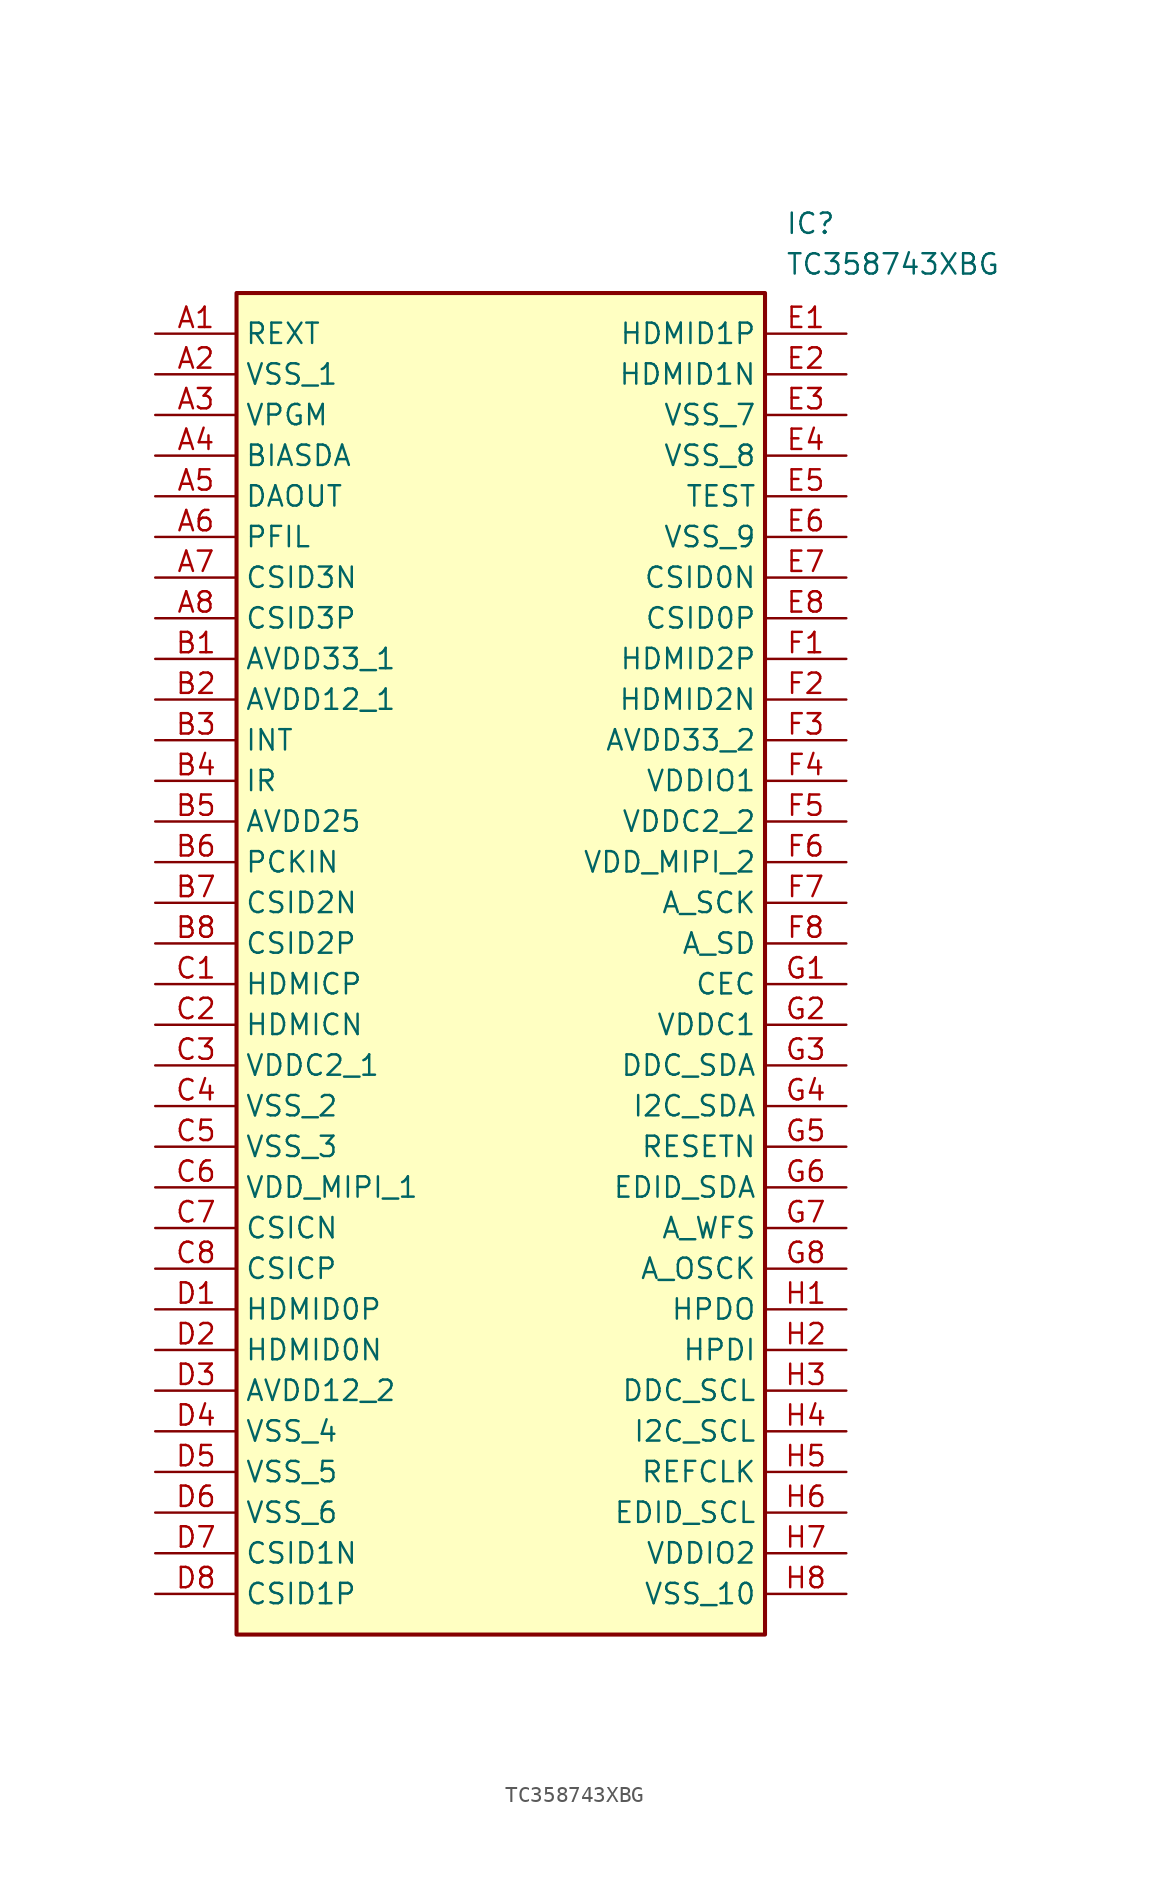
<source format=kicad_sym>
(kicad_symbol_lib
  (version 20211014)
  (generator SamacSys_ECAD_Model)
  (symbol "TC358743XBG"
    (property "Reference" "IC"
      (at 39.37 7.62 0)
      (effects (font (size 1.27 1.27)) (justify left top)))
    (property "Value" "TC358743XBG"
      (at 39.37 5.08 0)
      (effects (font (size 1.27 1.27)) (justify left top)))
    (rectangle
      (start 5.08 2.54)
      (end 38.1 -81.28)
      (stroke (width 0.254) (type default))
      (fill (type background)))
    (pin passive line
      (at 0 0 0)
      (length 5.08)
      (name "REXT" (effects (font (size 1.27 1.27))))
      (number "A1" (effects (font (size 1.27 1.27)))))
    (pin passive line
      (at 0 -2.54 0)
      (length 5.08)
      (name "VSS_1" (effects (font (size 1.27 1.27))))
      (number "A2" (effects (font (size 1.27 1.27)))))
    (pin passive line
      (at 0 -5.08 0)
      (length 5.08)
      (name "VPGM" (effects (font (size 1.27 1.27))))
      (number "A3" (effects (font (size 1.27 1.27)))))
    (pin passive line
      (at 0 -7.62 0)
      (length 5.08)
      (name "BIASDA" (effects (font (size 1.27 1.27))))
      (number "A4" (effects (font (size 1.27 1.27)))))
    (pin passive line
      (at 0 -10.16 0)
      (length 5.08)
      (name "DAOUT" (effects (font (size 1.27 1.27))))
      (number "A5" (effects (font (size 1.27 1.27)))))
    (pin passive line
      (at 0 -12.7 0)
      (length 5.08)
      (name "PFIL" (effects (font (size 1.27 1.27))))
      (number "A6" (effects (font (size 1.27 1.27)))))
    (pin passive line
      (at 0 -15.24 0)
      (length 5.08)
      (name "CSID3N" (effects (font (size 1.27 1.27))))
      (number "A7" (effects (font (size 1.27 1.27)))))
    (pin passive line
      (at 0 -17.78 0)
      (length 5.08)
      (name "CSID3P" (effects (font (size 1.27 1.27))))
      (number "A8" (effects (font (size 1.27 1.27)))))
    (pin passive line
      (at 0 -20.32 0)
      (length 5.08)
      (name "AVDD33_1" (effects (font (size 1.27 1.27))))
      (number "B1" (effects (font (size 1.27 1.27)))))
    (pin passive line
      (at 0 -22.86 0)
      (length 5.08)
      (name "AVDD12_1" (effects (font (size 1.27 1.27))))
      (number "B2" (effects (font (size 1.27 1.27)))))
    (pin passive line
      (at 0 -25.4 0)
      (length 5.08)
      (name "INT" (effects (font (size 1.27 1.27))))
      (number "B3" (effects (font (size 1.27 1.27)))))
    (pin passive line
      (at 0 -27.94 0)
      (length 5.08)
      (name "IR" (effects (font (size 1.27 1.27))))
      (number "B4" (effects (font (size 1.27 1.27)))))
    (pin passive line
      (at 0 -30.48 0)
      (length 5.08)
      (name "AVDD25" (effects (font (size 1.27 1.27))))
      (number "B5" (effects (font (size 1.27 1.27)))))
    (pin passive line
      (at 0 -33.02 0)
      (length 5.08)
      (name "PCKIN" (effects (font (size 1.27 1.27))))
      (number "B6" (effects (font (size 1.27 1.27)))))
    (pin passive line
      (at 0 -35.56 0)
      (length 5.08)
      (name "CSID2N" (effects (font (size 1.27 1.27))))
      (number "B7" (effects (font (size 1.27 1.27)))))
    (pin passive line
      (at 0 -38.1 0)
      (length 5.08)
      (name "CSID2P" (effects (font (size 1.27 1.27))))
      (number "B8" (effects (font (size 1.27 1.27)))))
    (pin passive line
      (at 0 -40.64 0)
      (length 5.08)
      (name "HDMICP" (effects (font (size 1.27 1.27))))
      (number "C1" (effects (font (size 1.27 1.27)))))
    (pin passive line
      (at 0 -43.18 0)
      (length 5.08)
      (name "HDMICN" (effects (font (size 1.27 1.27))))
      (number "C2" (effects (font (size 1.27 1.27)))))
    (pin passive line
      (at 0 -45.72 0)
      (length 5.08)
      (name "VDDC2_1" (effects (font (size 1.27 1.27))))
      (number "C3" (effects (font (size 1.27 1.27)))))
    (pin passive line
      (at 0 -48.26 0)
      (length 5.08)
      (name "VSS_2" (effects (font (size 1.27 1.27))))
      (number "C4" (effects (font (size 1.27 1.27)))))
    (pin passive line
      (at 0 -50.8 0)
      (length 5.08)
      (name "VSS_3" (effects (font (size 1.27 1.27))))
      (number "C5" (effects (font (size 1.27 1.27)))))
    (pin passive line
      (at 0 -53.34 0)
      (length 5.08)
      (name "VDD_MIPI_1" (effects (font (size 1.27 1.27))))
      (number "C6" (effects (font (size 1.27 1.27)))))
    (pin passive line
      (at 0 -55.88 0)
      (length 5.08)
      (name "CSICN" (effects (font (size 1.27 1.27))))
      (number "C7" (effects (font (size 1.27 1.27)))))
    (pin passive line
      (at 0 -58.42 0)
      (length 5.08)
      (name "CSICP" (effects (font (size 1.27 1.27))))
      (number "C8" (effects (font (size 1.27 1.27)))))
    (pin passive line
      (at 0 -60.96 0)
      (length 5.08)
      (name "HDMID0P" (effects (font (size 1.27 1.27))))
      (number "D1" (effects (font (size 1.27 1.27)))))
    (pin passive line
      (at 0 -63.5 0)
      (length 5.08)
      (name "HDMID0N" (effects (font (size 1.27 1.27))))
      (number "D2" (effects (font (size 1.27 1.27)))))
    (pin passive line
      (at 0 -66.04 0)
      (length 5.08)
      (name "AVDD12_2" (effects (font (size 1.27 1.27))))
      (number "D3" (effects (font (size 1.27 1.27)))))
    (pin passive line
      (at 0 -68.58 0)
      (length 5.08)
      (name "VSS_4" (effects (font (size 1.27 1.27))))
      (number "D4" (effects (font (size 1.27 1.27)))))
    (pin passive line
      (at 0 -71.12 0)
      (length 5.08)
      (name "VSS_5" (effects (font (size 1.27 1.27))))
      (number "D5" (effects (font (size 1.27 1.27)))))
    (pin passive line
      (at 0 -73.66 0)
      (length 5.08)
      (name "VSS_6" (effects (font (size 1.27 1.27))))
      (number "D6" (effects (font (size 1.27 1.27)))))
    (pin passive line
      (at 0 -76.2 0)
      (length 5.08)
      (name "CSID1N" (effects (font (size 1.27 1.27))))
      (number "D7" (effects (font (size 1.27 1.27)))))
    (pin passive line
      (at 0 -78.74 0)
      (length 5.08)
      (name "CSID1P" (effects (font (size 1.27 1.27))))
      (number "D8" (effects (font (size 1.27 1.27)))))
    (pin passive line
      (at 43.18 0 180)
      (length 5.08)
      (name "HDMID1P" (effects (font (size 1.27 1.27))))
      (number "E1" (effects (font (size 1.27 1.27)))))
    (pin passive line
      (at 43.18 -2.54 180)
      (length 5.08)
      (name "HDMID1N" (effects (font (size 1.27 1.27))))
      (number "E2" (effects (font (size 1.27 1.27)))))
    (pin passive line
      (at 43.18 -5.08 180)
      (length 5.08)
      (name "VSS_7" (effects (font (size 1.27 1.27))))
      (number "E3" (effects (font (size 1.27 1.27)))))
    (pin passive line
      (at 43.18 -7.62 180)
      (length 5.08)
      (name "VSS_8" (effects (font (size 1.27 1.27))))
      (number "E4" (effects (font (size 1.27 1.27)))))
    (pin passive line
      (at 43.18 -10.16 180)
      (length 5.08)
      (name "TEST" (effects (font (size 1.27 1.27))))
      (number "E5" (effects (font (size 1.27 1.27)))))
    (pin passive line
      (at 43.18 -12.7 180)
      (length 5.08)
      (name "VSS_9" (effects (font (size 1.27 1.27))))
      (number "E6" (effects (font (size 1.27 1.27)))))
    (pin passive line
      (at 43.18 -15.24 180)
      (length 5.08)
      (name "CSID0N" (effects (font (size 1.27 1.27))))
      (number "E7" (effects (font (size 1.27 1.27)))))
    (pin passive line
      (at 43.18 -17.78 180)
      (length 5.08)
      (name "CSID0P" (effects (font (size 1.27 1.27))))
      (number "E8" (effects (font (size 1.27 1.27)))))
    (pin passive line
      (at 43.18 -20.32 180)
      (length 5.08)
      (name "HDMID2P" (effects (font (size 1.27 1.27))))
      (number "F1" (effects (font (size 1.27 1.27)))))
    (pin passive line
      (at 43.18 -22.86 180)
      (length 5.08)
      (name "HDMID2N" (effects (font (size 1.27 1.27))))
      (number "F2" (effects (font (size 1.27 1.27)))))
    (pin passive line
      (at 43.18 -25.4 180)
      (length 5.08)
      (name "AVDD33_2" (effects (font (size 1.27 1.27))))
      (number "F3" (effects (font (size 1.27 1.27)))))
    (pin passive line
      (at 43.18 -27.94 180)
      (length 5.08)
      (name "VDDIO1" (effects (font (size 1.27 1.27))))
      (number "F4" (effects (font (size 1.27 1.27)))))
    (pin passive line
      (at 43.18 -30.48 180)
      (length 5.08)
      (name "VDDC2_2" (effects (font (size 1.27 1.27))))
      (number "F5" (effects (font (size 1.27 1.27)))))
    (pin passive line
      (at 43.18 -33.02 180)
      (length 5.08)
      (name "VDD_MIPI_2" (effects (font (size 1.27 1.27))))
      (number "F6" (effects (font (size 1.27 1.27)))))
    (pin passive line
      (at 43.18 -35.56 180)
      (length 5.08)
      (name "A_SCK" (effects (font (size 1.27 1.27))))
      (number "F7" (effects (font (size 1.27 1.27)))))
    (pin passive line
      (at 43.18 -38.1 180)
      (length 5.08)
      (name "A_SD" (effects (font (size 1.27 1.27))))
      (number "F8" (effects (font (size 1.27 1.27)))))
    (pin passive line
      (at 43.18 -40.64 180)
      (length 5.08)
      (name "CEC" (effects (font (size 1.27 1.27))))
      (number "G1" (effects (font (size 1.27 1.27)))))
    (pin passive line
      (at 43.18 -43.18 180)
      (length 5.08)
      (name "VDDC1" (effects (font (size 1.27 1.27))))
      (number "G2" (effects (font (size 1.27 1.27)))))
    (pin passive line
      (at 43.18 -45.72 180)
      (length 5.08)
      (name "DDC_SDA" (effects (font (size 1.27 1.27))))
      (number "G3" (effects (font (size 1.27 1.27)))))
    (pin passive line
      (at 43.18 -48.26 180)
      (length 5.08)
      (name "I2C_SDA" (effects (font (size 1.27 1.27))))
      (number "G4" (effects (font (size 1.27 1.27)))))
    (pin passive line
      (at 43.18 -50.8 180)
      (length 5.08)
      (name "RESETN" (effects (font (size 1.27 1.27))))
      (number "G5" (effects (font (size 1.27 1.27)))))
    (pin passive line
      (at 43.18 -53.34 180)
      (length 5.08)
      (name "EDID_SDA" (effects (font (size 1.27 1.27))))
      (number "G6" (effects (font (size 1.27 1.27)))))
    (pin passive line
      (at 43.18 -55.88 180)
      (length 5.08)
      (name "A_WFS" (effects (font (size 1.27 1.27))))
      (number "G7" (effects (font (size 1.27 1.27)))))
    (pin passive line
      (at 43.18 -58.42 180)
      (length 5.08)
      (name "A_OSCK" (effects (font (size 1.27 1.27))))
      (number "G8" (effects (font (size 1.27 1.27)))))
    (pin passive line
      (at 43.18 -60.96 180)
      (length 5.08)
      (name "HPDO" (effects (font (size 1.27 1.27))))
      (number "H1" (effects (font (size 1.27 1.27)))))
    (pin passive line
      (at 43.18 -63.5 180)
      (length 5.08)
      (name "HPDI" (effects (font (size 1.27 1.27))))
      (number "H2" (effects (font (size 1.27 1.27)))))
    (pin passive line
      (at 43.18 -66.04 180)
      (length 5.08)
      (name "DDC_SCL" (effects (font (size 1.27 1.27))))
      (number "H3" (effects (font (size 1.27 1.27)))))
    (pin passive line
      (at 43.18 -68.58 180)
      (length 5.08)
      (name "I2C_SCL" (effects (font (size 1.27 1.27))))
      (number "H4" (effects (font (size 1.27 1.27)))))
    (pin passive line
      (at 43.18 -71.12 180)
      (length 5.08)
      (name "REFCLK" (effects (font (size 1.27 1.27))))
      (number "H5" (effects (font (size 1.27 1.27)))))
    (pin passive line
      (at 43.18 -73.66 180)
      (length 5.08)
      (name "EDID_SCL" (effects (font (size 1.27 1.27))))
      (number "H6" (effects (font (size 1.27 1.27)))))
    (pin passive line
      (at 43.18 -76.2 180)
      (length 5.08)
      (name "VDDIO2" (effects (font (size 1.27 1.27))))
      (number "H7" (effects (font (size 1.27 1.27)))))
    (pin passive line
      (at 43.18 -78.74 180)
      (length 5.08)
      (name "VSS_10" (effects (font (size 1.27 1.27))))
      (number "H8" (effects (font (size 1.27 1.27)))))))
</source>
